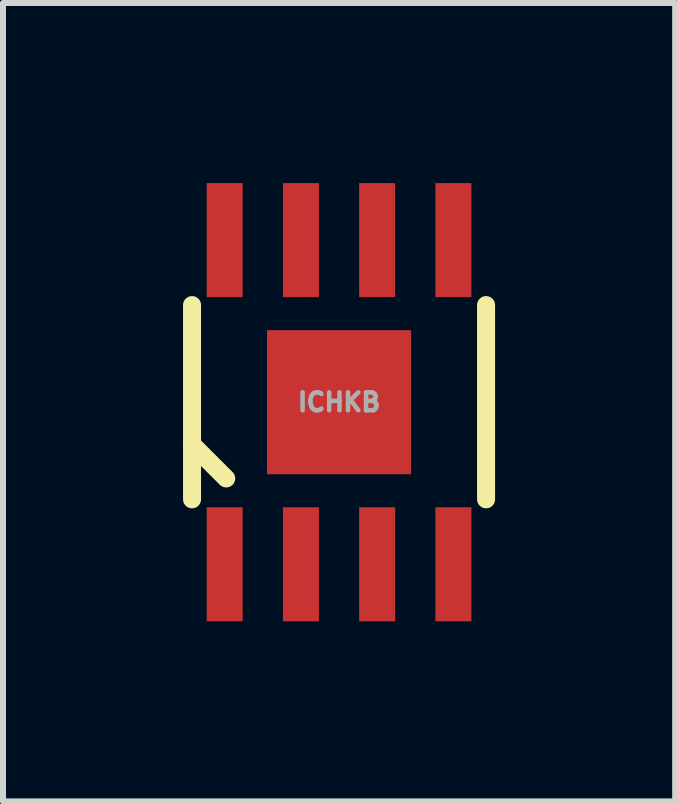
<source format=kicad_pcb>
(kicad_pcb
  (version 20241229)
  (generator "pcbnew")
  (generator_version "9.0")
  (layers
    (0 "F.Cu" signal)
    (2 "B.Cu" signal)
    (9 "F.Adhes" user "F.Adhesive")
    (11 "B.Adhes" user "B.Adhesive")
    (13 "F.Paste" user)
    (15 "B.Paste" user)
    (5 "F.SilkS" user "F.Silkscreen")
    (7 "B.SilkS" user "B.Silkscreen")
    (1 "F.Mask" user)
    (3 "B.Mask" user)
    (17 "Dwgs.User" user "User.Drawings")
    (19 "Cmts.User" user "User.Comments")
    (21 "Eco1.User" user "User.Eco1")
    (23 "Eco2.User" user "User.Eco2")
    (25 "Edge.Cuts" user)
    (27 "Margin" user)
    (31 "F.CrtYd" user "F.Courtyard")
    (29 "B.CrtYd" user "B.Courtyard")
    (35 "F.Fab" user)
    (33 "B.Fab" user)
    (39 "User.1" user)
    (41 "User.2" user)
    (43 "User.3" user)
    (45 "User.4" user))
  (footprint "ICHKB"
    (layer "F.Cu")
    (at 2.598 3.65)
    (property "Reference" "ICHKB" (at 0 0 0) (layer "F.Fab") (effects (font (size 0.3 0.3) (thickness 0.075))))
    (attr smd)
    (fp_line (start -2.449 -1.618) (end -2.449 1.618) (stroke (width 0.3) (type solid)) (layer "F.SilkS"))
    (fp_line (start -2.449 0.701) (end -1.88 1.27) (stroke (width 0.3) (type solid)) (layer "F.SilkS"))
    (fp_line (start 2.449 -1.618) (end 2.449 1.618) (stroke (width 0.3) (type solid)) (layer "F.SilkS"))
    (pad "1" smd rect (at -1.905 2.7 180) (size 0.6 1.9) (layers "F.Cu" "F.Mask" "F.Paste"))
    (pad "2" smd rect (at -0.635 2.7 180) (size 0.6 1.9) (layers "F.Cu" "F.Mask" "F.Paste"))
    (pad "3" smd rect (at 0.635 2.7 180) (size 0.6 1.9) (layers "F.Cu" "F.Mask" "F.Paste"))
    (pad "4" smd rect (at 1.905 2.7 180) (size 0.6 1.9) (layers "F.Cu" "F.Mask" "F.Paste"))
    (pad "5" smd rect (at 1.905 -2.7) (size 0.6 1.9) (layers "F.Cu" "F.Mask" "F.Paste"))
    (pad "6" smd rect (at 0.635 -2.7) (size 0.6 1.9) (layers "F.Cu" "F.Mask" "F.Paste"))
    (pad "7" smd rect (at -0.635 -2.7) (size 0.6 1.9) (layers "F.Cu" "F.Mask" "F.Paste"))
    (pad "8" smd rect (at -1.905 -2.7) (size 0.6 1.9) (layers "F.Cu" "F.Mask" "F.Paste"))
    (pad "9" smd rect (at 0 0) (size 2.4 2.4) (layers "F.Cu" "F.Mask" "F.Paste")))
  (gr_rect
    (start -3 -3)
    (end 8.197 10.3)
    (stroke (width 0.1) (type default))
    (fill no)
    (layer "Edge.Cuts")))
</source>
